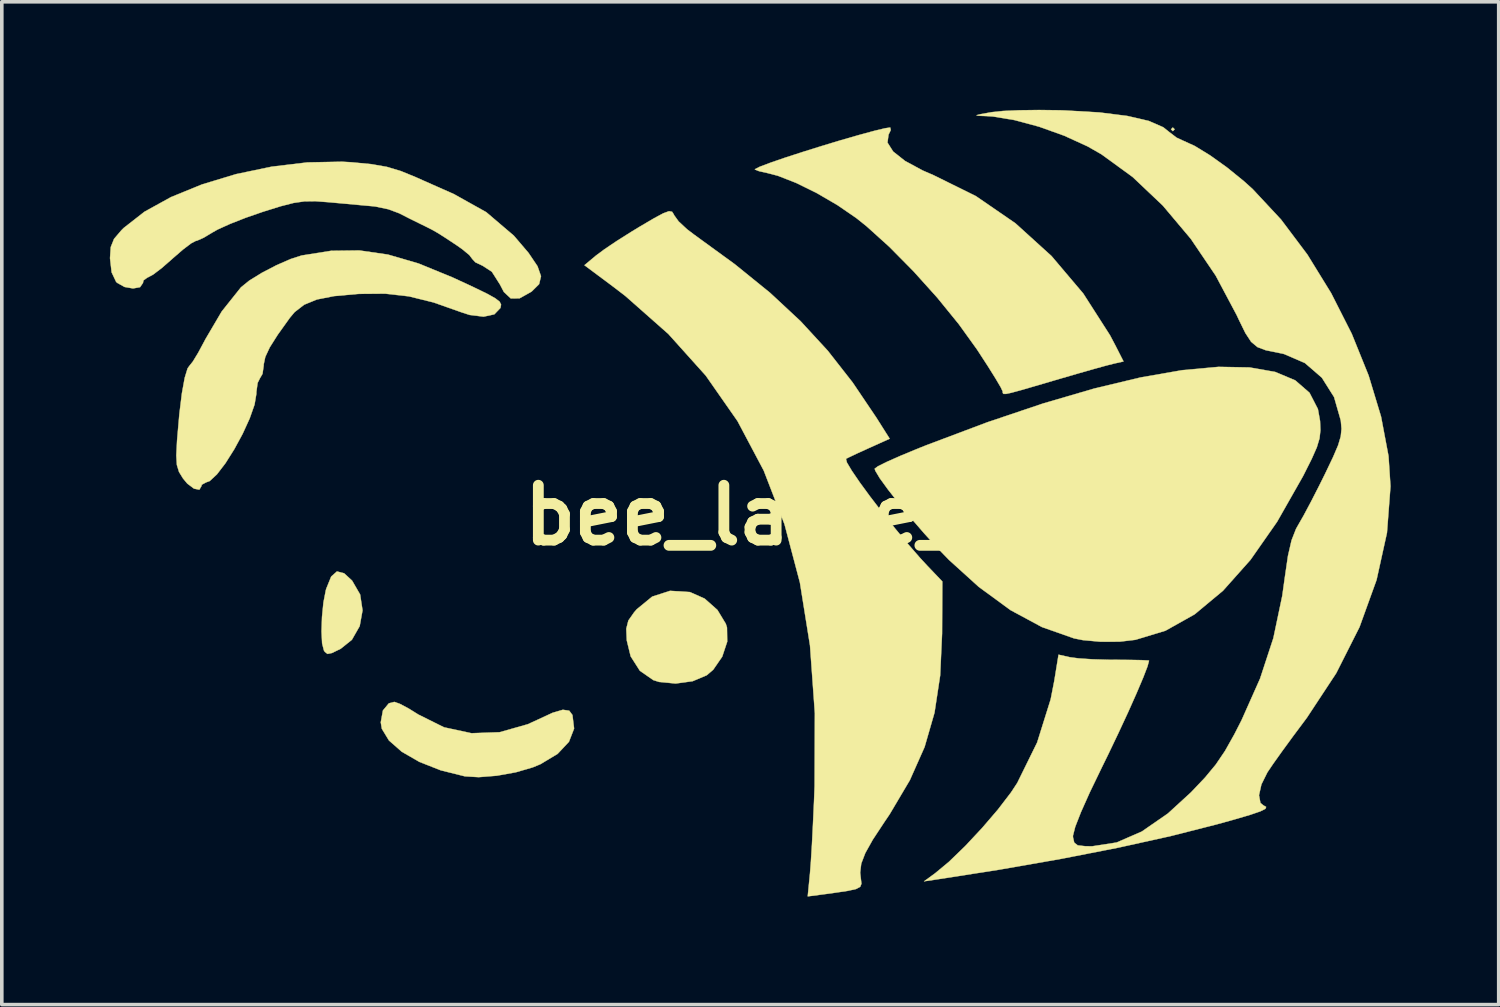
<source format=kicad_pcb>
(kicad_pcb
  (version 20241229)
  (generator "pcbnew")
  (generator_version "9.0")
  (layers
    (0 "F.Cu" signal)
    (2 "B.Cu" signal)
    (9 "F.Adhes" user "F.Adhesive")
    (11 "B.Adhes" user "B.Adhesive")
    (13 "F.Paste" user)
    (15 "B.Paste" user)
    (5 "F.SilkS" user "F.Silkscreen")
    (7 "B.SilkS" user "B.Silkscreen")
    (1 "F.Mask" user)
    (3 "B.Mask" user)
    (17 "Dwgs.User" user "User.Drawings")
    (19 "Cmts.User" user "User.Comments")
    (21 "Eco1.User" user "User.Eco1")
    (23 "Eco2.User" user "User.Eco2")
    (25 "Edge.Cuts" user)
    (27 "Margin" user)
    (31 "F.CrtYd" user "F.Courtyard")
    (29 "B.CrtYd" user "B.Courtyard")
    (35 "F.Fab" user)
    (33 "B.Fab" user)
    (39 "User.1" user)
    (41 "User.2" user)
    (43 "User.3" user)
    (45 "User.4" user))
  (footprint "bee_large_v2"
    (layer "F.Cu")
    (at 18.903 11.26)
    (property "Reference" "bee_large_v2" (at 0 0 0) (layer "F.SilkS") (effects (font (size 1.524 1.524) (thickness 0.3))))
    (attr through_hole)
    (fp_poly (pts (xy 10.668 -10.719) (xy 10.617 -10.668) (xy 10.566 -10.719) (xy 10.617 -10.77) (xy 10.668 -10.719)) (stroke (width 0.01) (type solid)) (fill yes) (layer "F.SilkS"))
    (fp_poly (pts (xy -12.398 1.61) (xy -12.176 1.813) (xy -11.952 2.2) (xy -11.885 2.64) (xy -11.964 3.077) (xy -12.181 3.457) (xy -12.493 3.707) (xy -12.734 3.824) (xy -12.859 3.85) (xy -12.933 3.791) (xy -12.958 3.752) (xy -13.008 3.556) (xy -13.024 3.225) (xy -13.011 2.825) (xy -12.971 2.422) (xy -12.905 2.081) (xy -12.894 2.042) (xy -12.756 1.702) (xy -12.596 1.559) (xy -12.398 1.61)) (stroke (width 0.01) (type solid)) (fill yes) (layer "F.SilkS"))
    (fp_poly (pts (xy -2.794 2.132) (xy -2.384 2.314) (xy -2.03 2.628) (xy -1.797 3.013) (xy -1.764 3.117) (xy -1.758 3.509) (xy -1.896 3.925) (xy -2.146 4.288) (xy -2.326 4.442) (xy -2.717 4.607) (xy -3.19 4.672) (xy -3.649 4.628) (xy -3.81 4.577) (xy -4.183 4.318) (xy -4.439 3.917) (xy -4.547 3.474) (xy -4.561 3.15) (xy -4.503 2.923) (xy -4.34 2.69) (xy -4.269 2.609) (xy -3.841 2.258) (xy -3.345 2.098) (xy -2.794 2.132)) (stroke (width 0.01) (type solid)) (fill yes) (layer "F.SilkS"))
    (fp_poly (pts (xy -10.851 5.235) (xy -10.594 5.372) (xy -10.336 5.533) (xy -9.622 5.888) (xy -8.86 6.052) (xy -8.077 6.024) (xy -7.295 5.802) (xy -7.029 5.68) (xy -6.606 5.484) (xy -6.322 5.401) (xy -6.146 5.426) (xy -6.056 5.546) (xy -6.01 5.923) (xy -6.153 6.29) (xy -6.468 6.625) (xy -6.942 6.91) (xy -7.158 7) (xy -7.629 7.137) (xy -8.157 7.232) (xy -8.659 7.272) (xy -9.042 7.249) (xy -9.713 7.082) (xy -10.307 6.848) (xy -10.796 6.566) (xy -11.152 6.253) (xy -11.349 5.928) (xy -11.379 5.749) (xy -11.319 5.42) (xy -11.155 5.222) (xy -11.002 5.182) (xy -10.851 5.235)) (stroke (width 0.01) (type solid)) (fill yes) (layer "F.SilkS"))
    (fp_poly (pts (xy 12.749 -4.106) (xy 13.46 -3.981) (xy 14.017 -3.747) (xy 14.413 -3.403) (xy 14.646 -2.951) (xy 14.706 -2.617) (xy 14.716 -2.362) (xy 14.691 -2.136) (xy 14.616 -1.887) (xy 14.474 -1.566) (xy 14.251 -1.122) (xy 14.228 -1.078) (xy 13.513 0.18) (xy 12.774 1.237) (xy 12.011 2.094) (xy 11.223 2.75) (xy 10.412 3.205) (xy 9.577 3.458) (xy 9.137 3.51) (xy 8.611 3.512) (xy 8.117 3.466) (xy 7.874 3.418) (xy 6.983 3.104) (xy 6.109 2.633) (xy 5.229 1.989) (xy 4.403 1.241) (xy 4.073 0.9) (xy 3.712 0.502) (xy 3.346 0.079) (xy 3.002 -0.339) (xy 2.705 -0.718) (xy 2.48 -1.028) (xy 2.355 -1.237) (xy 2.337 -1.294) (xy 2.426 -1.36) (xy 2.673 -1.483) (xy 3.045 -1.648) (xy 3.509 -1.841) (xy 3.785 -1.951) (xy 5.462 -2.582) (xy 7.014 -3.105) (xy 8.437 -3.521) (xy 9.726 -3.829) (xy 10.878 -4.03) (xy 11.887 -4.122) (xy 12.749 -4.106)) (stroke (width 0.01) (type solid)) (fill yes) (layer "F.SilkS"))
    (fp_poly (pts (xy 2.784 -10.699) (xy 2.722 -10.57) (xy 2.693 -10.35) (xy 2.85 -10.102) (xy 3.181 -9.84) (xy 3.672 -9.575) (xy 3.974 -9.444) (xy 5.148 -8.864) (xy 6.246 -8.109) (xy 7.248 -7.2) (xy 8.131 -6.157) (xy 8.871 -5.002) (xy 9.03 -4.701) (xy 9.248 -4.272) (xy 8.967 -4.209) (xy 8.768 -4.158) (xy 8.419 -4.062) (xy 7.967 -3.933) (xy 7.456 -3.784) (xy 7.339 -3.75) (xy 6.781 -3.586) (xy 6.388 -3.472) (xy 6.133 -3.403) (xy 5.984 -3.371) (xy 5.915 -3.372) (xy 5.894 -3.398) (xy 5.893 -3.439) (xy 5.84 -3.552) (xy 5.695 -3.798) (xy 5.479 -4.144) (xy 5.213 -4.553) (xy 5.175 -4.611) (xy 4.675 -5.306) (xy 4.074 -6.045) (xy 3.415 -6.777) (xy 2.745 -7.455) (xy 2.109 -8.029) (xy 1.829 -8.253) (xy 1.306 -8.612) (xy 0.73 -8.948) (xy 0.157 -9.23) (xy -0.355 -9.43) (xy -0.64 -9.504) (xy -0.875 -9.557) (xy -0.988 -9.602) (xy -0.989 -9.611) (xy -0.855 -9.679) (xy -0.564 -9.789) (xy -0.155 -9.93) (xy 0.335 -10.089) (xy 0.865 -10.255) (xy 1.398 -10.416) (xy 1.895 -10.559) (xy 2.317 -10.674) (xy 2.625 -10.748) (xy 2.769 -10.769) (xy 2.784 -10.699)) (stroke (width 0.01) (type solid)) (fill yes) (layer "F.SilkS"))
    (fp_poly (pts (xy -11.178 -7.24) (xy -10.33 -6.993) (xy -9.388 -6.607) (xy -9.296 -6.565) (xy -8.78 -6.325) (xy -8.422 -6.151) (xy -8.197 -6.025) (xy -8.078 -5.932) (xy -8.038 -5.853) (xy -8.052 -5.771) (xy -8.057 -5.756) (xy -8.225 -5.581) (xy -8.523 -5.516) (xy -8.911 -5.564) (xy -9.136 -5.637) (xy -9.913 -5.911) (xy -10.596 -6.08) (xy -11.259 -6.155) (xy -11.973 -6.149) (xy -12.037 -6.145) (xy -12.677 -6.087) (xy -13.153 -5.993) (xy -13.505 -5.849) (xy -13.772 -5.642) (xy -13.906 -5.482) (xy -14.242 -5.012) (xy -14.463 -4.662) (xy -14.586 -4.398) (xy -14.63 -4.189) (xy -14.63 -4.157) (xy -14.663 -3.928) (xy -14.732 -3.81) (xy -14.799 -3.676) (xy -14.833 -3.426) (xy -14.834 -3.372) (xy -14.884 -3.074) (xy -15.019 -2.691) (xy -15.214 -2.264) (xy -15.447 -1.835) (xy -15.693 -1.445) (xy -15.929 -1.137) (xy -16.131 -0.95) (xy -16.231 -0.914) (xy -16.349 -0.85) (xy -16.358 -0.813) (xy -16.417 -0.711) (xy -16.565 -0.74) (xy -16.752 -0.881) (xy -16.869 -1.021) (xy -16.982 -1.205) (xy -17.041 -1.398) (xy -17.057 -1.661) (xy -17.037 -2.057) (xy -17.033 -2.113) (xy -16.972 -2.815) (xy -16.901 -3.391) (xy -16.823 -3.82) (xy -16.743 -4.081) (xy -16.695 -4.148) (xy -16.599 -4.268) (xy -16.447 -4.518) (xy -16.27 -4.848) (xy -16.256 -4.877) (xy -15.795 -5.661) (xy -15.262 -6.33) (xy -15.036 -6.514) (xy -14.686 -6.731) (xy -14.277 -6.944) (xy -13.879 -7.118) (xy -13.576 -7.215) (xy -12.758 -7.345) (xy -11.973 -7.355) (xy -11.178 -7.24)) (stroke (width 0.01) (type solid)) (fill yes) (layer "F.SilkS"))
    (fp_poly (pts (xy -3.289 -8.43) (xy -3.24 -8.354) (xy -3.232 -8.334) (xy -3.109 -8.163) (xy -2.874 -7.944) (xy -2.682 -7.798) (xy -1.545 -6.971) (xy -0.567 -6.178) (xy 0.282 -5.388) (xy 1.036 -4.569) (xy 1.725 -3.689) (xy 2.382 -2.715) (xy 2.382 -2.715) (xy 2.754 -2.127) (xy 2.164 -1.861) (xy 1.854 -1.72) (xy 1.628 -1.613) (xy 1.54 -1.568) (xy 1.566 -1.466) (xy 1.702 -1.237) (xy 1.925 -0.911) (xy 2.215 -0.515) (xy 2.55 -0.079) (xy 2.907 0.369) (xy 3.265 0.801) (xy 3.602 1.188) (xy 3.8 1.402) (xy 4.216 1.838) (xy 4.209 3.281) (xy 4.156 4.447) (xy 3.999 5.481) (xy 3.724 6.433) (xy 3.314 7.356) (xy 2.754 8.301) (xy 2.606 8.52) (xy 2.284 9.009) (xy 2.076 9.381) (xy 1.964 9.673) (xy 1.934 9.925) (xy 1.955 10.106) (xy 1.97 10.231) (xy 1.936 10.317) (xy 1.819 10.379) (xy 1.583 10.431) (xy 1.195 10.488) (xy 0.976 10.518) (xy 0.478 10.583) (xy 0.541 9.94) (xy 0.566 9.619) (xy 0.595 9.145) (xy 0.624 8.569) (xy 0.653 7.939) (xy 0.669 7.518) (xy 0.676 5.496) (xy 0.541 3.614) (xy 0.261 1.868) (xy -0.166 0.252) (xy -0.743 -1.241) (xy -1.471 -2.615) (xy -2.353 -3.878) (xy -3.392 -5.035) (xy -4.59 -6.093) (xy -4.919 -6.345) (xy -5.723 -6.945) (xy -5.401 -7.214) (xy -5.172 -7.384) (xy -4.825 -7.618) (xy -4.416 -7.876) (xy -4.194 -8.011) (xy -3.793 -8.247) (xy -3.531 -8.388) (xy -3.374 -8.445) (xy -3.289 -8.43)) (stroke (width 0.01) (type solid)) (fill yes) (layer "F.SilkS"))
    (fp_poly (pts (xy -12.192 -9.804) (xy -11.639 -9.751) (xy -11.209 -9.676) (xy -10.82 -9.559) (xy -10.414 -9.393) (xy -10.174 -9.286) (xy -9.818 -9.128) (xy -9.418 -8.951) (xy -9.352 -8.922) (xy -8.451 -8.419) (xy -7.683 -7.765) (xy -7.277 -7.289) (xy -7.026 -6.917) (xy -6.929 -6.639) (xy -6.982 -6.419) (xy -7.184 -6.219) (xy -7.204 -6.205) (xy -7.526 -6.025) (xy -7.768 -6.022) (xy -7.961 -6.203) (xy -8.069 -6.41) (xy -8.294 -6.764) (xy -8.546 -6.928) (xy -8.752 -7.026) (xy -8.839 -7.12) (xy -8.839 -7.121) (xy -8.917 -7.225) (xy -9.115 -7.389) (xy -9.261 -7.492) (xy -9.578 -7.702) (xy -9.787 -7.835) (xy -9.951 -7.929) (xy -10.131 -8.02) (xy -10.236 -8.071) (xy -10.563 -8.232) (xy -10.867 -8.387) (xy -11.168 -8.499) (xy -11.531 -8.575) (xy -11.603 -8.583) (xy -11.927 -8.612) (xy -12.361 -8.652) (xy -12.812 -8.693) (xy -12.823 -8.694) (xy -13.195 -8.722) (xy -13.498 -8.718) (xy -13.797 -8.675) (xy -14.157 -8.583) (xy -14.642 -8.432) (xy -14.651 -8.429) (xy -15.125 -8.265) (xy -15.563 -8.093) (xy -15.906 -7.938) (xy -16.051 -7.856) (xy -16.298 -7.708) (xy -16.483 -7.626) (xy -16.516 -7.62) (xy -16.641 -7.555) (xy -16.866 -7.385) (xy -17.145 -7.144) (xy -17.179 -7.113) (xy -17.463 -6.865) (xy -17.702 -6.684) (xy -17.848 -6.606) (xy -17.856 -6.605) (xy -17.969 -6.522) (xy -17.983 -6.452) (xy -18.064 -6.335) (xy -18.258 -6.3) (xy -18.494 -6.341) (xy -18.701 -6.457) (xy -18.729 -6.485) (xy -18.853 -6.747) (xy -18.898 -7.141) (xy -18.877 -7.449) (xy -18.786 -7.676) (xy -18.584 -7.913) (xy -18.517 -7.98) (xy -17.941 -8.43) (xy -17.203 -8.837) (xy -16.343 -9.188) (xy -15.399 -9.474) (xy -14.41 -9.681) (xy -13.416 -9.8) (xy -12.455 -9.819) (xy -12.192 -9.804)) (stroke (width 0.01) (type solid)) (fill yes) (layer "F.SilkS"))
    (fp_poly (pts (xy 7.483 -11.248) (xy 7.62 -11.243) (xy 8.575 -11.188) (xy 9.353 -11.09) (xy 9.948 -10.952) (xy 10.352 -10.776) (xy 10.487 -10.667) (xy 10.722 -10.487) (xy 10.893 -10.408) (xy 11.225 -10.257) (xy 11.651 -9.996) (xy 12.122 -9.659) (xy 12.588 -9.281) (xy 12.836 -9.057) (xy 13.622 -8.214) (xy 14.354 -7.24) (xy 15.014 -6.169) (xy 15.587 -5.038) (xy 16.054 -3.883) (xy 16.4 -2.74) (xy 16.607 -1.645) (xy 16.662 -0.806) (xy 16.564 0.485) (xy 16.275 1.795) (xy 15.802 3.103) (xy 15.154 4.386) (xy 14.339 5.623) (xy 14.289 5.69) (xy 13.962 6.128) (xy 13.658 6.544) (xy 13.41 6.892) (xy 13.251 7.127) (xy 13.245 7.135) (xy 13.077 7.474) (xy 13.01 7.774) (xy 13.05 7.988) (xy 13.132 8.055) (xy 13.209 8.099) (xy 13.188 8.152) (xy 13.049 8.221) (xy 12.771 8.316) (xy 12.333 8.445) (xy 11.84 8.582) (xy 10.562 8.907) (xy 9.107 9.229) (xy 7.504 9.543) (xy 5.781 9.844) (xy 4.064 10.112) (xy 3.708 10.165) (xy 4.013 9.943) (xy 4.4 9.622) (xy 4.852 9.185) (xy 5.321 8.683) (xy 5.761 8.17) (xy 6.124 7.696) (xy 6.296 7.434) (xy 6.849 6.31) (xy 7.225 5.11) (xy 7.324 4.603) (xy 7.443 3.871) (xy 7.76 3.942) (xy 8.004 3.974) (xy 8.385 3.999) (xy 8.834 4.012) (xy 9.017 4.013) (xy 9.426 4.016) (xy 9.745 4.022) (xy 9.929 4.031) (xy 9.957 4.036) (xy 9.914 4.196) (xy 9.794 4.508) (xy 9.611 4.939) (xy 9.379 5.46) (xy 9.11 6.039) (xy 8.82 6.646) (xy 8.644 7.005) (xy 8.313 7.69) (xy 8.066 8.243) (xy 7.907 8.649) (xy 7.844 8.897) (xy 7.844 8.936) (xy 7.879 9.09) (xy 7.976 9.166) (xy 8.189 9.19) (xy 8.382 9.191) (xy 9.054 9.087) (xy 9.754 8.783) (xy 10.48 8.281) (xy 11.123 7.692) (xy 11.511 7.283) (xy 11.811 6.921) (xy 12.068 6.541) (xy 12.327 6.08) (xy 12.526 5.69) (xy 13.04 4.535) (xy 13.409 3.411) (xy 13.656 2.237) (xy 13.729 1.713) (xy 13.815 1.125) (xy 13.914 0.695) (xy 14.039 0.376) (xy 14.101 0.266) (xy 14.248 0.009) (xy 14.452 -0.373) (xy 14.682 -0.823) (xy 14.846 -1.153) (xy 15.067 -1.616) (xy 15.208 -1.946) (xy 15.281 -2.192) (xy 15.302 -2.401) (xy 15.283 -2.62) (xy 15.28 -2.638) (xy 15.095 -3.283) (xy 14.756 -3.821) (xy 14.286 -4.228) (xy 13.708 -4.478) (xy 13.535 -4.516) (xy 13.201 -4.583) (xy 12.967 -4.671) (xy 12.792 -4.817) (xy 12.632 -5.061) (xy 12.445 -5.443) (xy 12.391 -5.559) (xy 11.809 -6.654) (xy 11.116 -7.678) (xy 10.339 -8.601) (xy 9.503 -9.393) (xy 8.635 -10.025) (xy 8.248 -10.246) (xy 7.602 -10.541) (xy 6.905 -10.791) (xy 6.222 -10.975) (xy 5.62 -11.075) (xy 5.445 -11.086) (xy 5.221 -11.095) (xy 5.162 -11.11) (xy 5.278 -11.14) (xy 5.583 -11.194) (xy 5.588 -11.195) (xy 5.898 -11.228) (xy 6.354 -11.248) (xy 6.902 -11.255) (xy 7.483 -11.248)) (stroke (width 0.01) (type solid)) (fill yes) (layer "F.SilkS")))
  (gr_rect
    (start -3 -3)
    (end 38.57 24.848)
    (stroke (width 0.1) (type default))
    (fill no)
    (layer "Edge.Cuts")))
</source>
